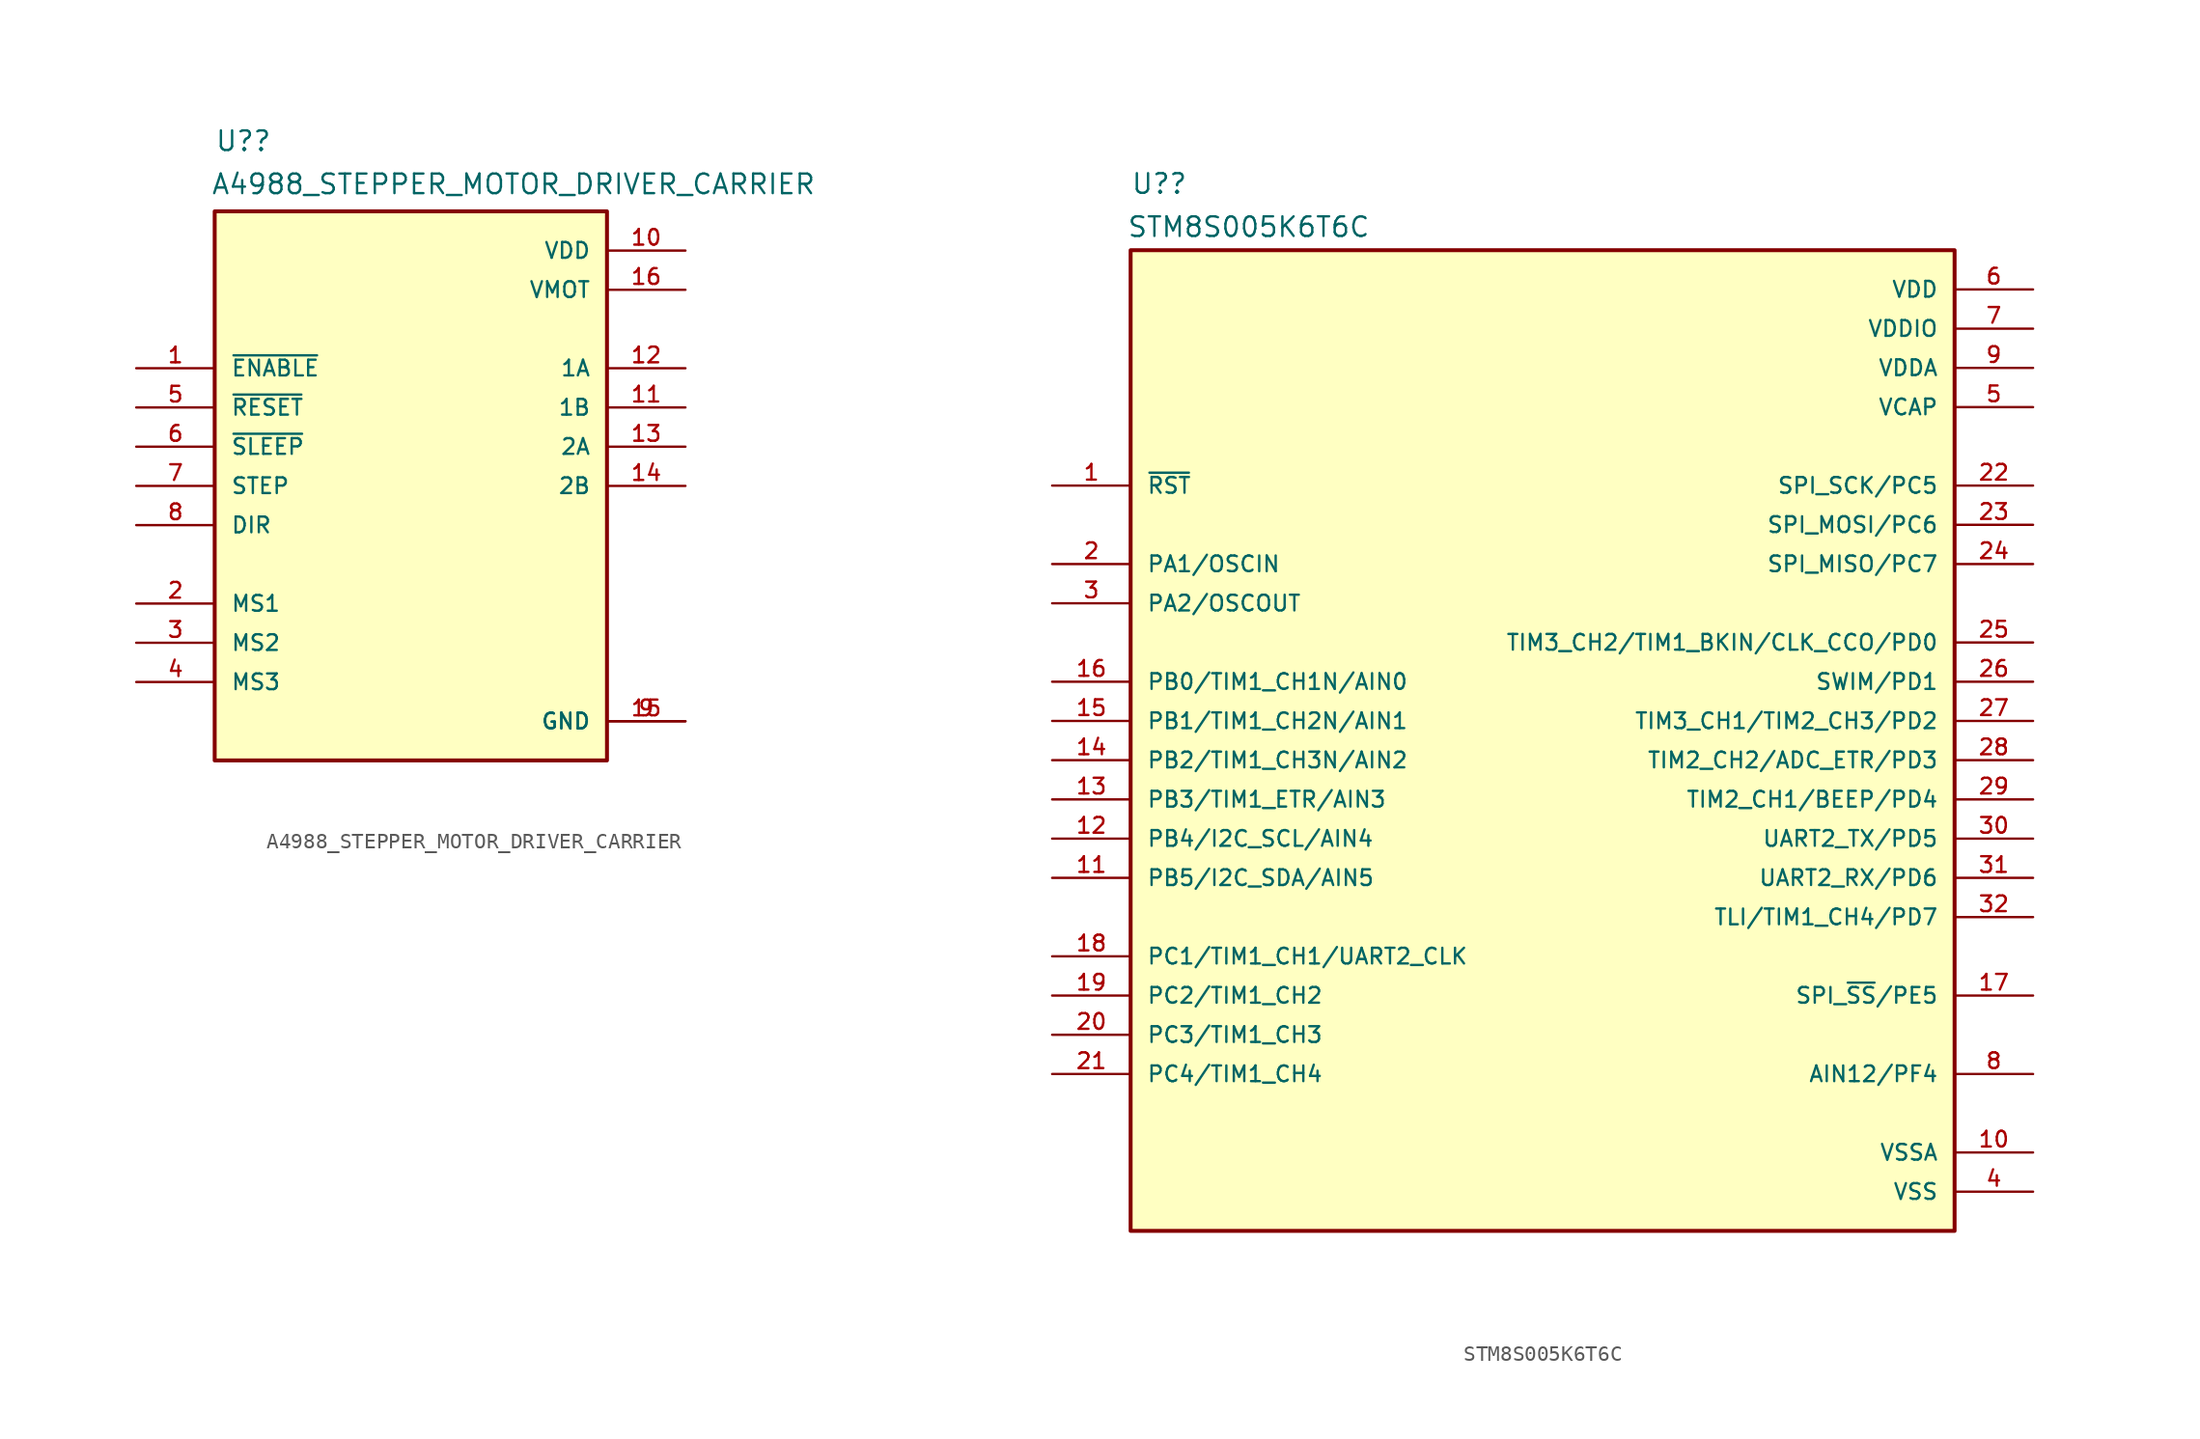
<source format=kicad_sym>
(kicad_symbol_lib
  (version 20231120)
  (generator "kicad_symbol_editor")
  (generator_version "8.0")
  (symbol "A4988_STEPPER_MOTOR_DRIVER_CARRIER"
    (pin_names
      (offset 1.016))
    (property "Reference" "U?"
      (at -12.7 21.59 0)
      (effects (font (size 1.27 1.27)) (justify left bottom)))
    (property "Value" "A4988_STEPPER_MOTOR_DRIVER_CARRIER"
      (at -12.954 18.796 0)
      (effects (font (size 1.27 1.27)) (justify left bottom)))
    (symbol "A4988_STEPPER_MOTOR_DRIVER_CARRIER_0_0"
      (rectangle (start -12.7 -17.78) (end 12.7 17.78) (stroke (width 0.254) (type default)) (fill (type background)))
      (pin input line (at -17.78 7.62 0) (length 5.08) (name "~{ENABLE}" (effects (font (size 1.016 1.016)))) (number "1" (effects (font (size 1.016 1.016)))))
      (pin power_in line (at 17.78 15.24 180) (length 5.08) (name "VDD" (effects (font (size 1.016 1.016)))) (number "10" (effects (font (size 1.016 1.016)))))
      (pin output line (at 17.78 5.08 180) (length 5.08) (name "1B" (effects (font (size 1.016 1.016)))) (number "11" (effects (font (size 1.016 1.016)))))
      (pin output line (at 17.78 7.62 180) (length 5.08) (name "1A" (effects (font (size 1.016 1.016)))) (number "12" (effects (font (size 1.016 1.016)))))
      (pin output line (at 17.78 2.54 180) (length 5.08) (name "2A" (effects (font (size 1.016 1.016)))) (number "13" (effects (font (size 1.016 1.016)))))
      (pin output line (at 17.78 0 180) (length 5.08) (name "2B" (effects (font (size 1.016 1.016)))) (number "14" (effects (font (size 1.016 1.016)))))
      (pin power_in line (at 17.78 -15.24 180) (length 5.08) (name "GND" (effects (font (size 1.016 1.016)))) (number "15" (effects (font (size 1.016 1.016)))))
      (pin power_in line (at 17.78 12.7 180) (length 5.08) (name "VMOT" (effects (font (size 1.016 1.016)))) (number "16" (effects (font (size 1.016 1.016)))))
      (pin input line (at -17.78 -7.62 0) (length 5.08) (name "MS1" (effects (font (size 1.016 1.016)))) (number "2" (effects (font (size 1.016 1.016)))))
      (pin input line (at -17.78 -10.16 0) (length 5.08) (name "MS2" (effects (font (size 1.016 1.016)))) (number "3" (effects (font (size 1.016 1.016)))))
      (pin input line (at -17.78 -12.7 0) (length 5.08) (name "MS3" (effects (font (size 1.016 1.016)))) (number "4" (effects (font (size 1.016 1.016)))))
      (pin input line (at -17.78 5.08 0) (length 5.08) (name "~{RESET}" (effects (font (size 1.016 1.016)))) (number "5" (effects (font (size 1.016 1.016)))))
      (pin input line (at -17.78 2.54 0) (length 5.08) (name "~{SLEEP}" (effects (font (size 1.016 1.016)))) (number "6" (effects (font (size 1.016 1.016)))))
      (pin input line (at -17.78 0 0) (length 5.08) (name "STEP" (effects (font (size 1.016 1.016)))) (number "7" (effects (font (size 1.016 1.016)))))
      (pin input line (at -17.78 -2.54 0) (length 5.08) (name "DIR" (effects (font (size 1.016 1.016)))) (number "8" (effects (font (size 1.016 1.016)))))
      (pin power_in line (at 17.78 -15.24 180) (length 5.08) (name "GND" (effects (font (size 1.016 1.016)))) (number "9" (effects (font (size 1.016 1.016)))))))
  (symbol "STM8S005K6T6C"
    (pin_names
      (offset 1.016))
    (property "Reference" "U?"
      (at -26.67 36.576 0)
      (effects (font (size 1.27 1.27)) (justify left bottom)))
    (property "Value" "STM8S005K6T6C"
      (at -26.924 33.782 0)
      (effects (font (size 1.27 1.27)) (justify left bottom)))
    (symbol "STM8S005K6T6C_0_0"
      (rectangle (start -26.67 33.02) (end 26.67 -30.48) (stroke (width 0.254) (type default)) (fill (type background)))
      (pin bidirectional line (at -31.75 17.78 0) (length 5.08) (name "~{RST}" (effects (font (size 1.016 1.016)))) (number "1" (effects (font (size 1.016 1.016)))))
      (pin power_in line (at 31.75 -25.4 180) (length 5.08) (name "VSSA" (effects (font (size 1.016 1.016)))) (number "10" (effects (font (size 1.016 1.016)))))
      (pin bidirectional line (at -31.75 -7.62 0) (length 5.08) (name "PB5/I2C_SDA/AIN5" (effects (font (size 1.016 1.016)))) (number "11" (effects (font (size 1.016 1.016)))))
      (pin bidirectional line (at -31.75 -5.08 0) (length 5.08) (name "PB4/I2C_SCL/AIN4" (effects (font (size 1.016 1.016)))) (number "12" (effects (font (size 1.016 1.016)))))
      (pin bidirectional line (at -31.75 -2.54 0) (length 5.08) (name "PB3/TIM1_ETR/AIN3" (effects (font (size 1.016 1.016)))) (number "13" (effects (font (size 1.016 1.016)))))
      (pin bidirectional line (at -31.75 0 0) (length 5.08) (name "PB2/TIM1_CH3N/AIN2" (effects (font (size 1.016 1.016)))) (number "14" (effects (font (size 1.016 1.016)))))
      (pin bidirectional line (at -31.75 2.54 0) (length 5.08) (name "PB1/TIM1_CH2N/AIN1" (effects (font (size 1.016 1.016)))) (number "15" (effects (font (size 1.016 1.016)))))
      (pin bidirectional line (at -31.75 5.08 0) (length 5.08) (name "PB0/TIM1_CH1N/AIN0" (effects (font (size 1.016 1.016)))) (number "16" (effects (font (size 1.016 1.016)))))
      (pin bidirectional line (at 31.75 -15.24 180) (length 5.08) (name "SPI_~{SS}/PE5" (effects (font (size 1.016 1.016)))) (number "17" (effects (font (size 1.016 1.016)))))
      (pin bidirectional line (at -31.75 -12.7 0) (length 5.08) (name "PC1/TIM1_CH1/UART2_CLK" (effects (font (size 1.016 1.016)))) (number "18" (effects (font (size 1.016 1.016)))))
      (pin bidirectional line (at -31.75 -15.24 0) (length 5.08) (name "PC2/TIM1_CH2" (effects (font (size 1.016 1.016)))) (number "19" (effects (font (size 1.016 1.016)))))
      (pin bidirectional line (at -31.75 12.7 0) (length 5.08) (name "PA1/OSCIN" (effects (font (size 1.016 1.016)))) (number "2" (effects (font (size 1.016 1.016)))))
      (pin bidirectional line (at -31.75 -17.78 0) (length 5.08) (name "PC3/TIM1_CH3" (effects (font (size 1.016 1.016)))) (number "20" (effects (font (size 1.016 1.016)))))
      (pin bidirectional line (at -31.75 -20.32 0) (length 5.08) (name "PC4/TIM1_CH4" (effects (font (size 1.016 1.016)))) (number "21" (effects (font (size 1.016 1.016)))))
      (pin bidirectional line (at 31.75 17.78 180) (length 5.08) (name "SPI_SCK/PC5" (effects (font (size 1.016 1.016)))) (number "22" (effects (font (size 1.016 1.016)))))
      (pin bidirectional line (at 31.75 15.24 180) (length 5.08) (name "SPI_MOSI/PC6" (effects (font (size 1.016 1.016)))) (number "23" (effects (font (size 1.016 1.016)))))
      (pin bidirectional line (at 31.75 12.7 180) (length 5.08) (name "SPI_MISO/PC7" (effects (font (size 1.016 1.016)))) (number "24" (effects (font (size 1.016 1.016)))))
      (pin bidirectional line (at 31.75 7.62 180) (length 5.08) (name "TIM3_CH2/TIM1_BKIN/CLK_CCO/PD0" (effects (font (size 1.016 1.016)))) (number "25" (effects (font (size 1.016 1.016)))))
      (pin bidirectional line (at 31.75 5.08 180) (length 5.08) (name "SWIM/PD1" (effects (font (size 1.016 1.016)))) (number "26" (effects (font (size 1.016 1.016)))))
      (pin bidirectional line (at 31.75 2.54 180) (length 5.08) (name "TIM3_CH1/TIM2_CH3/PD2" (effects (font (size 1.016 1.016)))) (number "27" (effects (font (size 1.016 1.016)))))
      (pin bidirectional line (at 31.75 0 180) (length 5.08) (name "TIM2_CH2/ADC_ETR/PD3" (effects (font (size 1.016 1.016)))) (number "28" (effects (font (size 1.016 1.016)))))
      (pin bidirectional line (at 31.75 -2.54 180) (length 5.08) (name "TIM2_CH1/BEEP/PD4" (effects (font (size 1.016 1.016)))) (number "29" (effects (font (size 1.016 1.016)))))
      (pin bidirectional line (at -31.75 10.16 0) (length 5.08) (name "PA2/OSCOUT" (effects (font (size 1.016 1.016)))) (number "3" (effects (font (size 1.016 1.016)))))
      (pin bidirectional line (at 31.75 -5.08 180) (length 5.08) (name "UART2_TX/PD5" (effects (font (size 1.016 1.016)))) (number "30" (effects (font (size 1.016 1.016)))))
      (pin bidirectional line (at 31.75 -7.62 180) (length 5.08) (name "UART2_RX/PD6" (effects (font (size 1.016 1.016)))) (number "31" (effects (font (size 1.016 1.016)))))
      (pin bidirectional line (at 31.75 -10.16 180) (length 5.08) (name "TLI/TIM1_CH4/PD7" (effects (font (size 1.016 1.016)))) (number "32" (effects (font (size 1.016 1.016)))))
      (pin power_in line (at 31.75 -27.94 180) (length 5.08) (name "VSS" (effects (font (size 1.016 1.016)))) (number "4" (effects (font (size 1.016 1.016)))))
      (pin power_in line (at 31.75 22.86 180) (length 5.08) (name "VCAP" (effects (font (size 1.016 1.016)))) (number "5" (effects (font (size 1.016 1.016)))))
      (pin power_in line (at 31.75 30.48 180) (length 5.08) (name "VDD" (effects (font (size 1.016 1.016)))) (number "6" (effects (font (size 1.016 1.016)))))
      (pin power_in line (at 31.75 27.94 180) (length 5.08) (name "VDDIO" (effects (font (size 1.016 1.016)))) (number "7" (effects (font (size 1.016 1.016)))))
      (pin bidirectional line (at 31.75 -20.32 180) (length 5.08) (name "AIN12/PF4" (effects (font (size 1.016 1.016)))) (number "8" (effects (font (size 1.016 1.016)))))
      (pin power_in line (at 31.75 25.4 180) (length 5.08) (name "VDDA" (effects (font (size 1.016 1.016)))) (number "9" (effects (font (size 1.016 1.016))))))))
</source>
